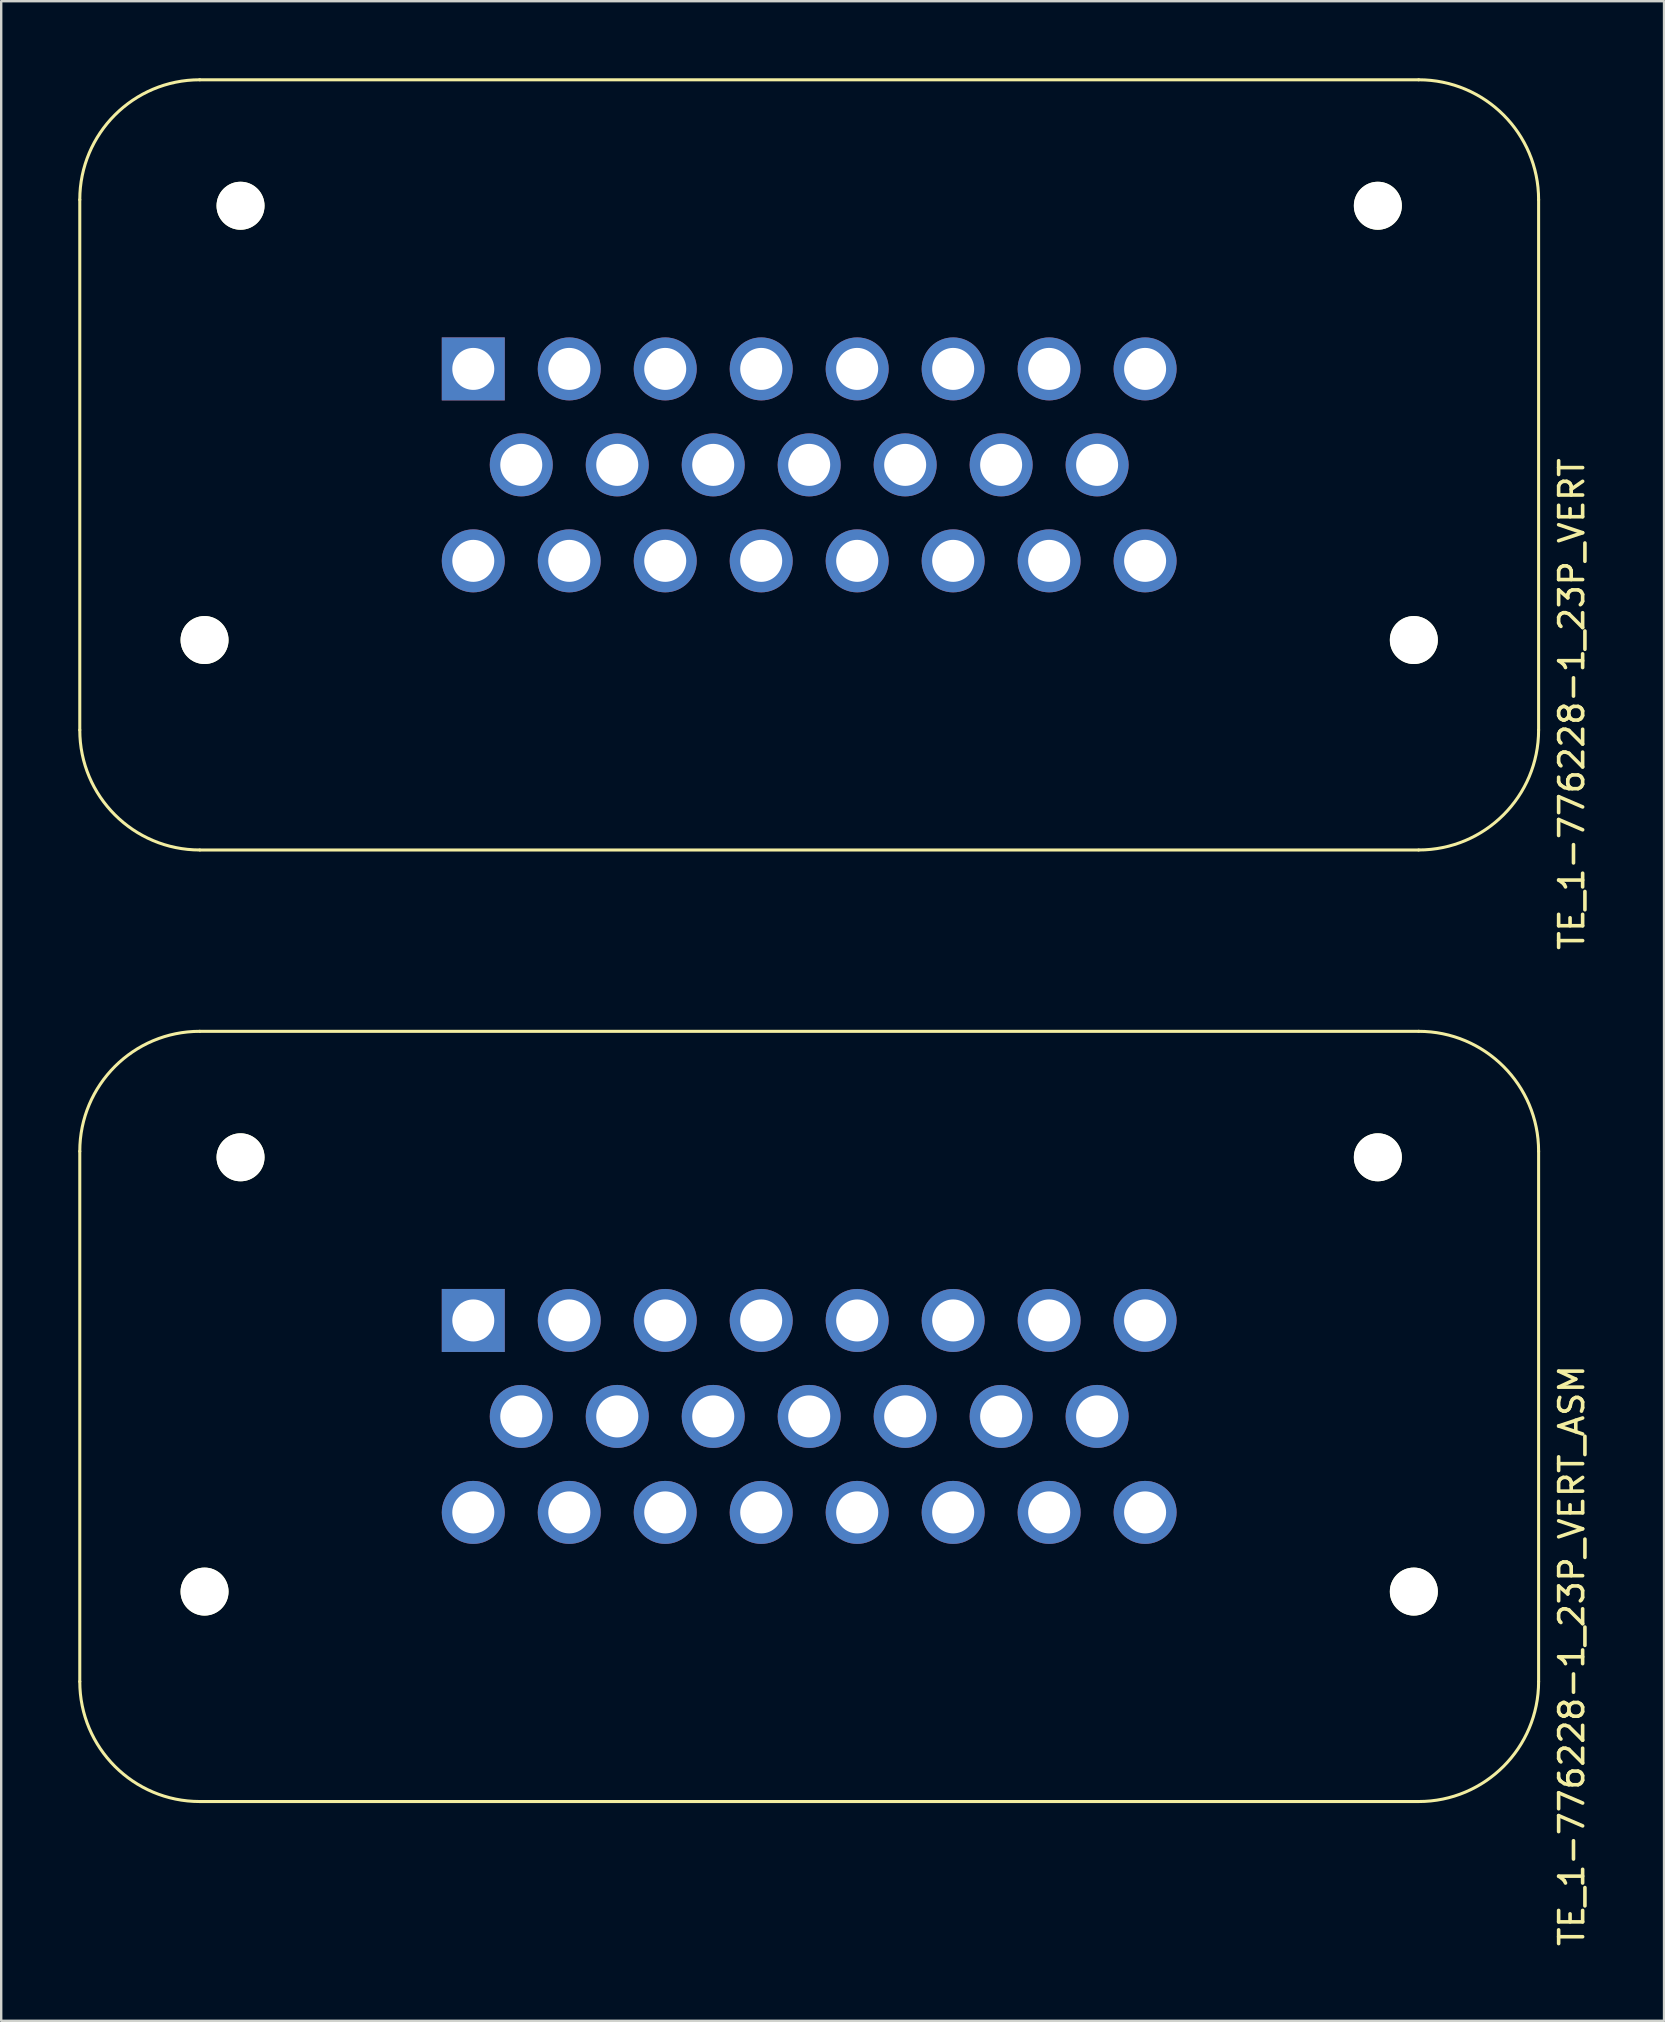
<source format=kicad_pcb>
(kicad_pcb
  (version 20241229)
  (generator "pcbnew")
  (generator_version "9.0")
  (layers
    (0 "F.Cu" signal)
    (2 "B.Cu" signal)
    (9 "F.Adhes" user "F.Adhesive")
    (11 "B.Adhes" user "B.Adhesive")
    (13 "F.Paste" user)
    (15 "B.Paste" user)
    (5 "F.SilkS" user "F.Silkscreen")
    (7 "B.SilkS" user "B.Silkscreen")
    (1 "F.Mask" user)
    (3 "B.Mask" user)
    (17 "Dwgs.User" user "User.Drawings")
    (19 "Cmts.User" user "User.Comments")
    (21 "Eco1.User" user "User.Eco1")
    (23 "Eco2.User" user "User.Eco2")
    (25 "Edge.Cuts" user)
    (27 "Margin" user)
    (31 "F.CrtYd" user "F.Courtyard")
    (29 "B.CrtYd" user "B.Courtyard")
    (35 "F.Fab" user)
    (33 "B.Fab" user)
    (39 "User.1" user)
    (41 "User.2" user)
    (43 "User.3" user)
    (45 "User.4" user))
  (footprint "TE_1-776228-1_23P_VERT"
    (layer "F.Cu")
    (at 30.675 16.325)
    (property "Reference" "TE_1-776228-1_23P_VERT" (at 31.78 9.97 90) (layer "F.SilkS") (effects (font (size 1 1) (thickness 0.15))))
    (attr through_hole)
    (fp_line (start -30.4 -11.05) (end -30.4 11.05) (stroke (width 0.127) (type solid)) (layer "F.SilkS"))
    (fp_line (start -25.4 16.05) (end 25.4 16.05) (stroke (width 0.127) (type solid)) (layer "F.SilkS"))
    (fp_line (start 25.4 -16.05) (end -25.4 -16.05) (stroke (width 0.127) (type solid)) (layer "F.SilkS"))
    (fp_line (start 30.4 11.05) (end 30.4 -11.05) (stroke (width 0.127) (type solid)) (layer "F.SilkS"))
    (fp_arc (start -30.4 -11.05) (mid -28.935534 -14.585534) (end -25.4 -16.05) (stroke (width 0.127) (type solid)) (layer "F.SilkS"))
    (fp_arc (start -25.4 16.05) (mid -28.935534 14.585534) (end -30.4 11.05) (stroke (width 0.127) (type solid)) (layer "F.SilkS"))
    (fp_arc (start 25.4 -16.05) (mid 28.935534 -14.585534) (end 30.4 -11.05) (stroke (width 0.127) (type solid)) (layer "F.SilkS"))
    (fp_arc (start 30.4 11.05) (mid 28.935534 14.585534) (end 25.4 16.05) (stroke (width 0.127) (type solid)) (layer "F.SilkS"))
    (fp_line (start -30.65 -11.3) (end -30.65 11.3) (stroke (width 0.05) (type solid)) (layer "Eco1.User"))
    (fp_line (start -25.65 16.3) (end 25.65 16.3) (stroke (width 0.05) (type solid)) (layer "Eco1.User"))
    (fp_line (start 25.65 -16.3) (end -25.65 -16.3) (stroke (width 0.05) (type solid)) (layer "Eco1.User"))
    (fp_line (start 30.65 11.3) (end 30.65 -11.3) (stroke (width 0.05) (type solid)) (layer "Eco1.User"))
    (fp_arc (start -30.65 -11.3) (mid -29.185534 -14.835534) (end -25.65 -16.3) (stroke (width 0.05) (type solid)) (layer "Eco1.User"))
    (fp_arc (start -25.65 16.3) (mid -29.185534 14.835534) (end -30.65 11.3) (stroke (width 0.05) (type solid)) (layer "Eco1.User"))
    (fp_arc (start 25.65 -16.3) (mid 29.185534 -14.835534) (end 30.65 -11.3) (stroke (width 0.05) (type solid)) (layer "Eco1.User"))
    (fp_arc (start 30.65 11.3) (mid 29.185534 14.835534) (end 25.65 16.3) (stroke (width 0.05) (type solid)) (layer "Eco1.User"))
    (fp_line (start -30.4 -11.05) (end -30.4 11.05) (stroke (width 0.127) (type solid)) (layer "Eco2.User"))
    (fp_line (start -25.4 16.05) (end 25.4 16.05) (stroke (width 0.127) (type solid)) (layer "Eco2.User"))
    (fp_line (start 25.4 -16.05) (end -25.4 -16.05) (stroke (width 0.127) (type solid)) (layer "Eco2.User"))
    (fp_line (start 30.4 11.05) (end 30.4 -11.05) (stroke (width 0.127) (type solid)) (layer "Eco2.User"))
    (fp_arc (start -30.4 -11.05) (mid -28.935534 -14.585534) (end -25.4 -16.05) (stroke (width 0.127) (type solid)) (layer "Eco2.User"))
    (fp_arc (start -25.4 16.05) (mid -28.935534 14.585534) (end -30.4 11.05) (stroke (width 0.127) (type solid)) (layer "Eco2.User"))
    (fp_arc (start 25.4 -16.05) (mid 28.935534 -14.585534) (end 30.4 -11.05) (stroke (width 0.127) (type solid)) (layer "Eco2.User"))
    (fp_arc (start 30.4 11.05) (mid 28.935534 14.585534) (end 25.4 16.05) (stroke (width 0.127) (type solid)) (layer "Eco2.User"))
    (pad "" np_thru_hole circle (at -25.2 7.3) (size 2 2) (drill 2) (layers "*.Cu" "*.Mask" "F.SilkS"))
    (pad "" np_thru_hole circle (at -23.7 -10.8) (size 2 2) (drill 2) (layers "*.Cu" "*.Mask" "F.SilkS"))
    (pad "" np_thru_hole circle (at 23.7 -10.8) (size 2 2) (drill 2) (layers "*.Cu" "*.Mask" "F.SilkS"))
    (pad "" np_thru_hole circle (at 25.2 7.3) (size 2 2) (drill 2) (layers "*.Cu" "*.Mask" "F.SilkS"))
    (pad "1" thru_hole rect (at -14 -4) (size 2.625 2.625) (drill 1.75) (layers "*.Cu" "*.Mask"))
    (pad "2" thru_hole circle (at -10 -4) (size 2.625 2.625) (drill 1.75) (layers "*.Cu" "*.Mask"))
    (pad "3" thru_hole circle (at -6 -4) (size 2.625 2.625) (drill 1.75) (layers "*.Cu" "*.Mask"))
    (pad "4" thru_hole circle (at -2 -4) (size 2.625 2.625) (drill 1.75) (layers "*.Cu" "*.Mask"))
    (pad "5" thru_hole circle (at 2 -4) (size 2.625 2.625) (drill 1.75) (layers "*.Cu" "*.Mask"))
    (pad "6" thru_hole circle (at 6 -4) (size 2.625 2.625) (drill 1.75) (layers "*.Cu" "*.Mask"))
    (pad "7" thru_hole circle (at 10 -4) (size 2.625 2.625) (drill 1.75) (layers "*.Cu" "*.Mask"))
    (pad "8" thru_hole circle (at 14 -4) (size 2.625 2.625) (drill 1.75) (layers "*.Cu" "*.Mask"))
    (pad "9" thru_hole circle (at -12 0) (size 2.625 2.625) (drill 1.75) (layers "*.Cu" "*.Mask"))
    (pad "10" thru_hole circle (at -8 0) (size 2.625 2.625) (drill 1.75) (layers "*.Cu" "*.Mask"))
    (pad "11" thru_hole circle (at -4 0) (size 2.625 2.625) (drill 1.75) (layers "*.Cu" "*.Mask"))
    (pad "12" thru_hole circle (at 0 0) (size 2.625 2.625) (drill 1.75) (layers "*.Cu" "*.Mask"))
    (pad "13" thru_hole circle (at 4 0) (size 2.625 2.625) (drill 1.75) (layers "*.Cu" "*.Mask"))
    (pad "14" thru_hole circle (at 8 0) (size 2.625 2.625) (drill 1.75) (layers "*.Cu" "*.Mask"))
    (pad "15" thru_hole circle (at 12 0) (size 2.625 2.625) (drill 1.75) (layers "*.Cu" "*.Mask"))
    (pad "16" thru_hole circle (at -14 4) (size 2.625 2.625) (drill 1.75) (layers "*.Cu" "*.Mask"))
    (pad "17" thru_hole circle (at -10 4) (size 2.625 2.625) (drill 1.75) (layers "*.Cu" "*.Mask"))
    (pad "18" thru_hole circle (at -6 4) (size 2.625 2.625) (drill 1.75) (layers "*.Cu" "*.Mask"))
    (pad "19" thru_hole circle (at -2 4) (size 2.625 2.625) (drill 1.75) (layers "*.Cu" "*.Mask"))
    (pad "20" thru_hole circle (at 2 4) (size 2.625 2.625) (drill 1.75) (layers "*.Cu" "*.Mask"))
    (pad "21" thru_hole circle (at 6 4) (size 2.625 2.625) (drill 1.75) (layers "*.Cu" "*.Mask"))
    (pad "22" thru_hole circle (at 10 4) (size 2.625 2.625) (drill 1.75) (layers "*.Cu" "*.Mask"))
    (pad "23" thru_hole circle (at 14 4) (size 2.625 2.625) (drill 1.75) (layers "*.Cu" "*.Mask")))
  (footprint "TE_1-776228-1_23P_VERT_ASM"
    (layer "F.Cu")
    (at 30.675 55.983)
    (property "Reference" "TE_1-776228-1_23P_VERT_ASM" (at 31.78 9.97 90) (layer "F.SilkS") (effects (font (size 1 1) (thickness 0.15))))
    (attr through_hole)
    (fp_line (start -30.4 -11.05) (end -30.4 11.05) (stroke (width 0.127) (type solid)) (layer "F.SilkS"))
    (fp_line (start -25.4 16.05) (end 25.4 16.05) (stroke (width 0.127) (type solid)) (layer "F.SilkS"))
    (fp_line (start 25.4 -16.05) (end -25.4 -16.05) (stroke (width 0.127) (type solid)) (layer "F.SilkS"))
    (fp_line (start 30.4 11.05) (end 30.4 -11.05) (stroke (width 0.127) (type solid)) (layer "F.SilkS"))
    (fp_arc (start -30.4 -11.05) (mid -28.935534 -14.585534) (end -25.4 -16.05) (stroke (width 0.127) (type solid)) (layer "F.SilkS"))
    (fp_arc (start -25.4 16.05) (mid -28.935534 14.585534) (end -30.4 11.05) (stroke (width 0.127) (type solid)) (layer "F.SilkS"))
    (fp_arc (start 25.4 -16.05) (mid 28.935534 -14.585534) (end 30.4 -11.05) (stroke (width 0.127) (type solid)) (layer "F.SilkS"))
    (fp_arc (start 30.4 11.05) (mid 28.935534 14.585534) (end 25.4 16.05) (stroke (width 0.127) (type solid)) (layer "F.SilkS"))
    (fp_line (start -30.65 -11.3) (end -30.65 11.3) (stroke (width 0.05) (type solid)) (layer "Eco1.User"))
    (fp_line (start -25.65 16.3) (end 25.65 16.3) (stroke (width 0.05) (type solid)) (layer "Eco1.User"))
    (fp_line (start 25.65 -16.3) (end -25.65 -16.3) (stroke (width 0.05) (type solid)) (layer "Eco1.User"))
    (fp_line (start 30.65 11.3) (end 30.65 -11.3) (stroke (width 0.05) (type solid)) (layer "Eco1.User"))
    (fp_arc (start -30.65 -11.3) (mid -29.185534 -14.835534) (end -25.65 -16.3) (stroke (width 0.05) (type solid)) (layer "Eco1.User"))
    (fp_arc (start -25.65 16.3) (mid -29.185534 14.835534) (end -30.65 11.3) (stroke (width 0.05) (type solid)) (layer "Eco1.User"))
    (fp_arc (start 25.65 -16.3) (mid 29.185534 -14.835534) (end 30.65 -11.3) (stroke (width 0.05) (type solid)) (layer "Eco1.User"))
    (fp_arc (start 30.65 11.3) (mid 29.185534 14.835534) (end 25.65 16.3) (stroke (width 0.05) (type solid)) (layer "Eco1.User"))
    (fp_line (start -30.4 -11.05) (end -30.4 11.05) (stroke (width 0.127) (type solid)) (layer "Eco2.User"))
    (fp_line (start -25.4 16.05) (end 25.4 16.05) (stroke (width 0.127) (type solid)) (layer "Eco2.User"))
    (fp_line (start 25.4 -16.05) (end -25.4 -16.05) (stroke (width 0.127) (type solid)) (layer "Eco2.User"))
    (fp_line (start 30.4 11.05) (end 30.4 -11.05) (stroke (width 0.127) (type solid)) (layer "Eco2.User"))
    (fp_arc (start -30.4 -11.05) (mid -28.935534 -14.585534) (end -25.4 -16.05) (stroke (width 0.127) (type solid)) (layer "Eco2.User"))
    (fp_arc (start -25.4 16.05) (mid -28.935534 14.585534) (end -30.4 11.05) (stroke (width 0.127) (type solid)) (layer "Eco2.User"))
    (fp_arc (start 25.4 -16.05) (mid 28.935534 -14.585534) (end 30.4 -11.05) (stroke (width 0.127) (type solid)) (layer "Eco2.User"))
    (fp_arc (start 30.4 11.05) (mid 28.935534 14.585534) (end 25.4 16.05) (stroke (width 0.127) (type solid)) (layer "Eco2.User"))
    (pad "" np_thru_hole circle (at -25.2 7.3) (size 2 2) (drill 2) (layers "*.Cu" "*.Mask" "F.SilkS"))
    (pad "" np_thru_hole circle (at -23.7 -10.8) (size 2 2) (drill 2) (layers "*.Cu" "*.Mask" "F.SilkS"))
    (pad "" np_thru_hole circle (at 23.7 -10.8) (size 2 2) (drill 2) (layers "*.Cu" "*.Mask" "F.SilkS"))
    (pad "" np_thru_hole circle (at 25.2 7.3) (size 2 2) (drill 2) (layers "*.Cu" "*.Mask" "F.SilkS"))
    (pad "1" thru_hole rect (at -14 -4) (size 2.625 2.625) (drill 1.75) (layers "*.Cu" "*.Mask"))
    (pad "2" thru_hole circle (at -10 -4) (size 2.625 2.625) (drill 1.75) (layers "*.Cu" "*.Mask"))
    (pad "3" thru_hole circle (at -6 -4) (size 2.625 2.625) (drill 1.75) (layers "*.Cu" "*.Mask"))
    (pad "4" thru_hole circle (at -2 -4) (size 2.625 2.625) (drill 1.75) (layers "*.Cu" "*.Mask"))
    (pad "5" thru_hole circle (at 2 -4) (size 2.625 2.625) (drill 1.75) (layers "*.Cu" "*.Mask"))
    (pad "6" thru_hole circle (at 6 -4) (size 2.625 2.625) (drill 1.75) (layers "*.Cu" "*.Mask"))
    (pad "7" thru_hole circle (at 10 -4) (size 2.625 2.625) (drill 1.75) (layers "*.Cu" "*.Mask"))
    (pad "8" thru_hole circle (at 14 -4) (size 2.625 2.625) (drill 1.75) (layers "*.Cu" "*.Mask"))
    (pad "9" thru_hole circle (at -12 0) (size 2.625 2.625) (drill 1.75) (layers "*.Cu" "*.Mask"))
    (pad "10" thru_hole circle (at -8 0) (size 2.625 2.625) (drill 1.75) (layers "*.Cu" "*.Mask"))
    (pad "11" thru_hole circle (at -4 0) (size 2.625 2.625) (drill 1.75) (layers "*.Cu" "*.Mask"))
    (pad "12" thru_hole circle (at 0 0) (size 2.625 2.625) (drill 1.75) (layers "*.Cu" "*.Mask"))
    (pad "13" thru_hole circle (at 4 0) (size 2.625 2.625) (drill 1.75) (layers "*.Cu" "*.Mask"))
    (pad "14" thru_hole circle (at 8 0) (size 2.625 2.625) (drill 1.75) (layers "*.Cu" "*.Mask"))
    (pad "15" thru_hole circle (at 12 0) (size 2.625 2.625) (drill 1.75) (layers "*.Cu" "*.Mask"))
    (pad "16" thru_hole circle (at -14 4) (size 2.625 2.625) (drill 1.75) (layers "*.Cu" "*.Mask"))
    (pad "17" thru_hole circle (at -10 4) (size 2.625 2.625) (drill 1.75) (layers "*.Cu" "*.Mask"))
    (pad "18" thru_hole circle (at -6 4) (size 2.625 2.625) (drill 1.75) (layers "*.Cu" "*.Mask"))
    (pad "19" thru_hole circle (at -2 4) (size 2.625 2.625) (drill 1.75) (layers "*.Cu" "*.Mask"))
    (pad "20" thru_hole circle (at 2 4) (size 2.625 2.625) (drill 1.75) (layers "*.Cu" "*.Mask"))
    (pad "21" thru_hole circle (at 6 4) (size 2.625 2.625) (drill 1.75) (layers "*.Cu" "*.Mask"))
    (pad "22" thru_hole circle (at 10 4) (size 2.625 2.625) (drill 1.75) (layers "*.Cu" "*.Mask"))
    (pad "23" thru_hole circle (at 14 4) (size 2.625 2.625) (drill 1.75) (layers "*.Cu" "*.Mask")))
  (gr_rect
    (start -3 -3)
    (end 66.303 81.173)
    (stroke (width 0.1) (type default))
    (fill no)
    (layer "Edge.Cuts")))
</source>
